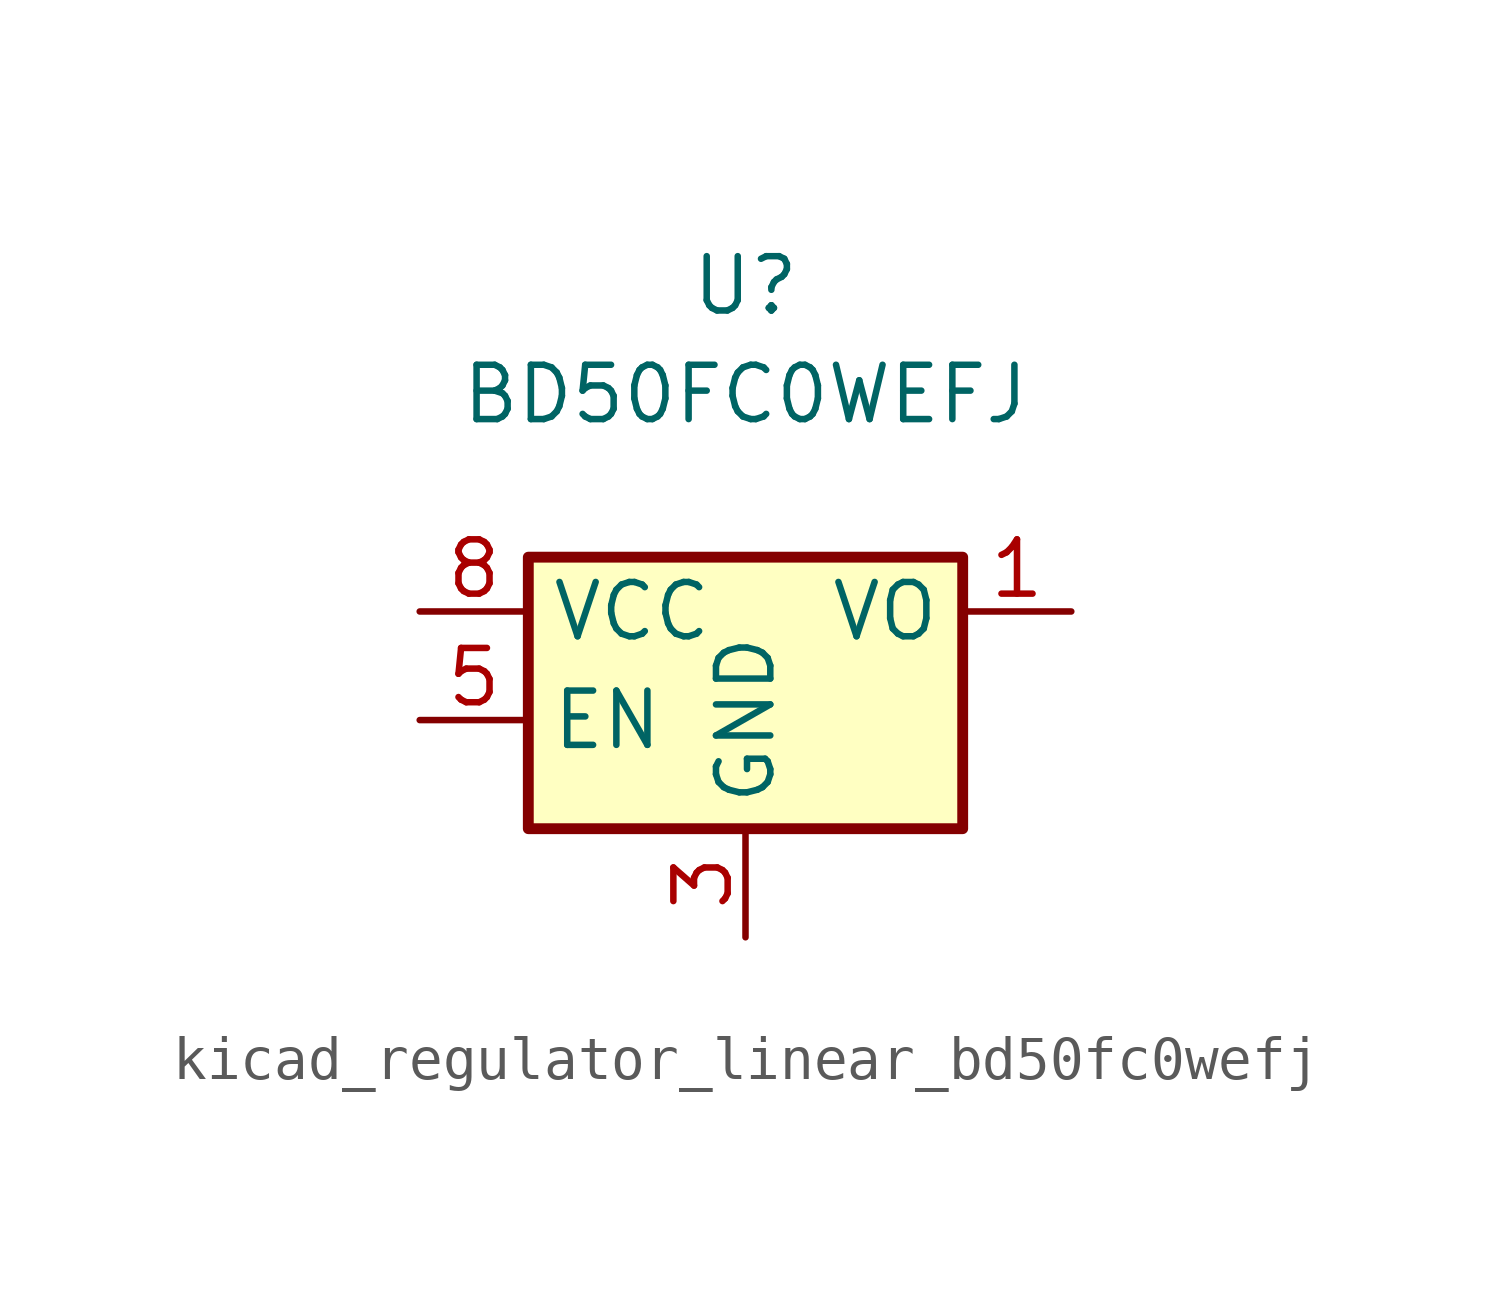
<source format=kicad_sym>
(kicad_symbol_lib
  (version 20220914)
  (generator kicad_symbol_editor)
  (symbol "kicad_regulator_linear_bd50fc0wefj"
    (property "Reference" "U"
      (at 0 7.62 0)
      (effects (font (size 1.27 1.27))))
    (property "Value" "BD50FC0WEFJ"
      (at 0 5.08 0)
      (effects (font (size 1.27 1.27))))
    (symbol "kicad_regulator_linear_bd50fc0wefj_1_1"
      (rectangle (start -5.08 -5.08) (end 5.08 1.27) (stroke (width 0.254) (type default)) (fill (type background)))
      (pin power_out line (at 7.62 0 180) (length 2.54) (name "VO" (effects (font (size 1.27 1.27)))) (number "1" (effects (font (size 1.27 1.27)))))
      (pin no_connect line (at 5.08 -2.54 180) (length 2.54) hide (name "NC" (effects (font (size 1.27 1.27)))) (number "2" (effects (font (size 1.27 1.27)))))
      (pin power_in line (at 0 -7.62 90) (length 2.54) (name "GND" (effects (font (size 1.27 1.27)))) (number "3" (effects (font (size 1.27 1.27)))))
      (pin no_connect line (at -3.81 -5.08 90) (length 2.54) hide (name "NC" (effects (font (size 1.27 1.27)))) (number "4" (effects (font (size 1.27 1.27)))))
      (pin input line (at -7.62 -2.54 0) (length 2.54) (name "EN" (effects (font (size 1.27 1.27)))) (number "5" (effects (font (size 1.27 1.27)))))
      (pin no_connect line (at -2.54 -5.08 90) (length 2.54) hide (name "NC" (effects (font (size 1.27 1.27)))) (number "6" (effects (font (size 1.27 1.27)))))
      (pin no_connect line (at -1.27 -5.08 90) (length 2.54) hide (name "NC" (effects (font (size 1.27 1.27)))) (number "7" (effects (font (size 1.27 1.27)))))
      (pin power_in line (at -7.62 0 0) (length 2.54) (name "VCC" (effects (font (size 1.27 1.27)))) (number "8" (effects (font (size 1.27 1.27)))))
      (pin passive line (at 0 -7.62 90) (length 2.54) hide (name "GND" (effects (font (size 1.27 1.27)))) (number "9" (effects (font (size 1.27 1.27))))))))
</source>
